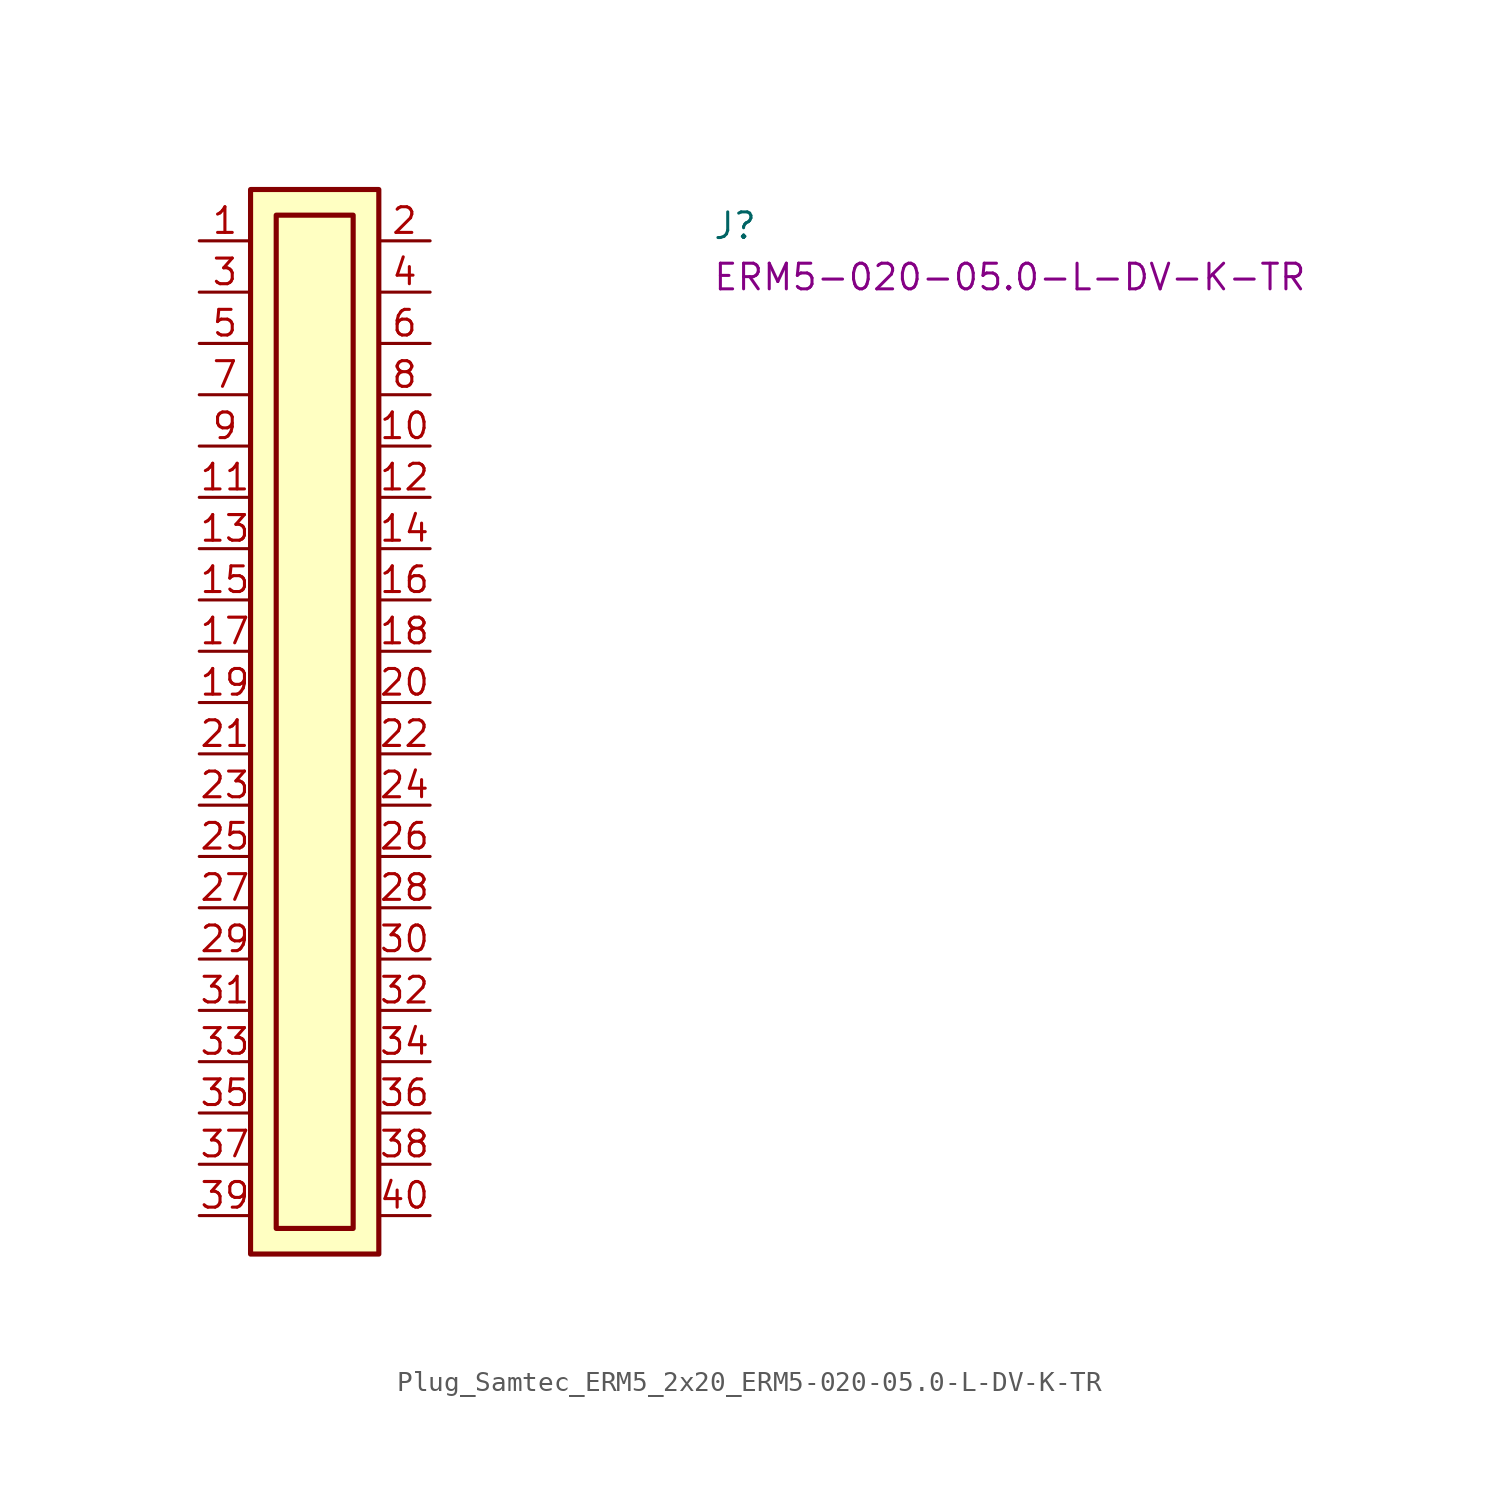
<source format=kicad_sym>
(kicad_symbol_lib
  (version 20220914)
  (generator kicad_symbol_editor)
  (symbol "Plug_Samtec_ERM5_2x20_ERM5-020-05.0-L-DV-K-TR"
    (property "Reference" "J"
      (at 25.4 0 0)
      (effects (font (size 1.27 1.27) (thickness 0.15)) (justify left bottom)))
    (property "MPN" "ERM5-020-05.0-L-DV-K-TR"
      (at 25.4 -2.54 0)
      (effects (font (size 1.27 1.27) (thickness 0.15)) (justify left bottom)))
    (symbol "Plug_Samtec_ERM5_2x20_ERM5-020-05.0-L-DV-K-TR_1_1"
      (rectangle (start 2.54 2.54) (end 8.89 -50.165) (stroke (width 0.254) (type default)) (fill (type background)))
      (rectangle (start 3.81 1.27) (end 7.62 -48.895) (stroke (width 0.254) (type default)) (fill (type background)))
      (pin passive line (at 0 0 0) (length 2.54) (name "~" (effects (font (size 1.27 1.27)))) (number "1" (effects (font (size 1.27 1.27)))))
      (pin passive line (at 11.43 -10.16 180) (length 2.54) (name "~" (effects (font (size 1.27 1.27)))) (number "10" (effects (font (size 1.27 1.27)))))
      (pin passive line (at 0 -12.7 0) (length 2.54) (name "~" (effects (font (size 1.27 1.27)))) (number "11" (effects (font (size 1.27 1.27)))))
      (pin passive line (at 11.43 -12.7 180) (length 2.54) (name "~" (effects (font (size 1.27 1.27)))) (number "12" (effects (font (size 1.27 1.27)))))
      (pin passive line (at 0 -15.24 0) (length 2.54) (name "~" (effects (font (size 1.27 1.27)))) (number "13" (effects (font (size 1.27 1.27)))))
      (pin passive line (at 11.43 -15.24 180) (length 2.54) (name "~" (effects (font (size 1.27 1.27)))) (number "14" (effects (font (size 1.27 1.27)))))
      (pin passive line (at 0 -17.78 0) (length 2.54) (name "~" (effects (font (size 1.27 1.27)))) (number "15" (effects (font (size 1.27 1.27)))))
      (pin passive line (at 11.43 -17.78 180) (length 2.54) (name "~" (effects (font (size 1.27 1.27)))) (number "16" (effects (font (size 1.27 1.27)))))
      (pin passive line (at 0 -20.32 0) (length 2.54) (name "~" (effects (font (size 1.27 1.27)))) (number "17" (effects (font (size 1.27 1.27)))))
      (pin passive line (at 11.43 -20.32 180) (length 2.54) (name "~" (effects (font (size 1.27 1.27)))) (number "18" (effects (font (size 1.27 1.27)))))
      (pin passive line (at 0 -22.86 0) (length 2.54) (name "~" (effects (font (size 1.27 1.27)))) (number "19" (effects (font (size 1.27 1.27)))))
      (pin passive line (at 11.43 0 180) (length 2.54) (name "~" (effects (font (size 1.27 1.27)))) (number "2" (effects (font (size 1.27 1.27)))))
      (pin passive line (at 11.43 -22.86 180) (length 2.54) (name "~" (effects (font (size 1.27 1.27)))) (number "20" (effects (font (size 1.27 1.27)))))
      (pin passive line (at 0 -25.4 0) (length 2.54) (name "~" (effects (font (size 1.27 1.27)))) (number "21" (effects (font (size 1.27 1.27)))))
      (pin passive line (at 11.43 -25.4 180) (length 2.54) (name "~" (effects (font (size 1.27 1.27)))) (number "22" (effects (font (size 1.27 1.27)))))
      (pin passive line (at 0 -27.94 0) (length 2.54) (name "~" (effects (font (size 1.27 1.27)))) (number "23" (effects (font (size 1.27 1.27)))))
      (pin passive line (at 11.43 -27.94 180) (length 2.54) (name "~" (effects (font (size 1.27 1.27)))) (number "24" (effects (font (size 1.27 1.27)))))
      (pin passive line (at 0 -30.48 0) (length 2.54) (name "~" (effects (font (size 1.27 1.27)))) (number "25" (effects (font (size 1.27 1.27)))))
      (pin passive line (at 11.43 -30.48 180) (length 2.54) (name "~" (effects (font (size 1.27 1.27)))) (number "26" (effects (font (size 1.27 1.27)))))
      (pin passive line (at 0 -33.02 0) (length 2.54) (name "~" (effects (font (size 1.27 1.27)))) (number "27" (effects (font (size 1.27 1.27)))))
      (pin passive line (at 11.43 -33.02 180) (length 2.54) (name "~" (effects (font (size 1.27 1.27)))) (number "28" (effects (font (size 1.27 1.27)))))
      (pin passive line (at 0 -35.56 0) (length 2.54) (name "~" (effects (font (size 1.27 1.27)))) (number "29" (effects (font (size 1.27 1.27)))))
      (pin passive line (at 0 -2.54 0) (length 2.54) (name "~" (effects (font (size 1.27 1.27)))) (number "3" (effects (font (size 1.27 1.27)))))
      (pin passive line (at 11.43 -35.56 180) (length 2.54) (name "~" (effects (font (size 1.27 1.27)))) (number "30" (effects (font (size 1.27 1.27)))))
      (pin passive line (at 0 -38.1 0) (length 2.54) (name "~" (effects (font (size 1.27 1.27)))) (number "31" (effects (font (size 1.27 1.27)))))
      (pin passive line (at 11.43 -38.1 180) (length 2.54) (name "~" (effects (font (size 1.27 1.27)))) (number "32" (effects (font (size 1.27 1.27)))))
      (pin passive line (at 0 -40.64 0) (length 2.54) (name "~" (effects (font (size 1.27 1.27)))) (number "33" (effects (font (size 1.27 1.27)))))
      (pin passive line (at 11.43 -40.64 180) (length 2.54) (name "~" (effects (font (size 1.27 1.27)))) (number "34" (effects (font (size 1.27 1.27)))))
      (pin passive line (at 0 -43.18 0) (length 2.54) (name "~" (effects (font (size 1.27 1.27)))) (number "35" (effects (font (size 1.27 1.27)))))
      (pin passive line (at 11.43 -43.18 180) (length 2.54) (name "~" (effects (font (size 1.27 1.27)))) (number "36" (effects (font (size 1.27 1.27)))))
      (pin passive line (at 0 -45.72 0) (length 2.54) (name "~" (effects (font (size 1.27 1.27)))) (number "37" (effects (font (size 1.27 1.27)))))
      (pin passive line (at 11.43 -45.72 180) (length 2.54) (name "~" (effects (font (size 1.27 1.27)))) (number "38" (effects (font (size 1.27 1.27)))))
      (pin passive line (at 0 -48.26 0) (length 2.54) (name "~" (effects (font (size 1.27 1.27)))) (number "39" (effects (font (size 1.27 1.27)))))
      (pin passive line (at 11.43 -2.54 180) (length 2.54) (name "~" (effects (font (size 1.27 1.27)))) (number "4" (effects (font (size 1.27 1.27)))))
      (pin passive line (at 11.43 -48.26 180) (length 2.54) (name "~" (effects (font (size 1.27 1.27)))) (number "40" (effects (font (size 1.27 1.27)))))
      (pin passive line (at 0 -5.08 0) (length 2.54) (name "~" (effects (font (size 1.27 1.27)))) (number "5" (effects (font (size 1.27 1.27)))))
      (pin passive line (at 11.43 -5.08 180) (length 2.54) (name "~" (effects (font (size 1.27 1.27)))) (number "6" (effects (font (size 1.27 1.27)))))
      (pin passive line (at 0 -7.62 0) (length 2.54) (name "~" (effects (font (size 1.27 1.27)))) (number "7" (effects (font (size 1.27 1.27)))))
      (pin passive line (at 11.43 -7.62 180) (length 2.54) (name "~" (effects (font (size 1.27 1.27)))) (number "8" (effects (font (size 1.27 1.27)))))
      (pin passive line (at 0 -10.16 0) (length 2.54) (name "~" (effects (font (size 1.27 1.27)))) (number "9" (effects (font (size 1.27 1.27))))))))
</source>
